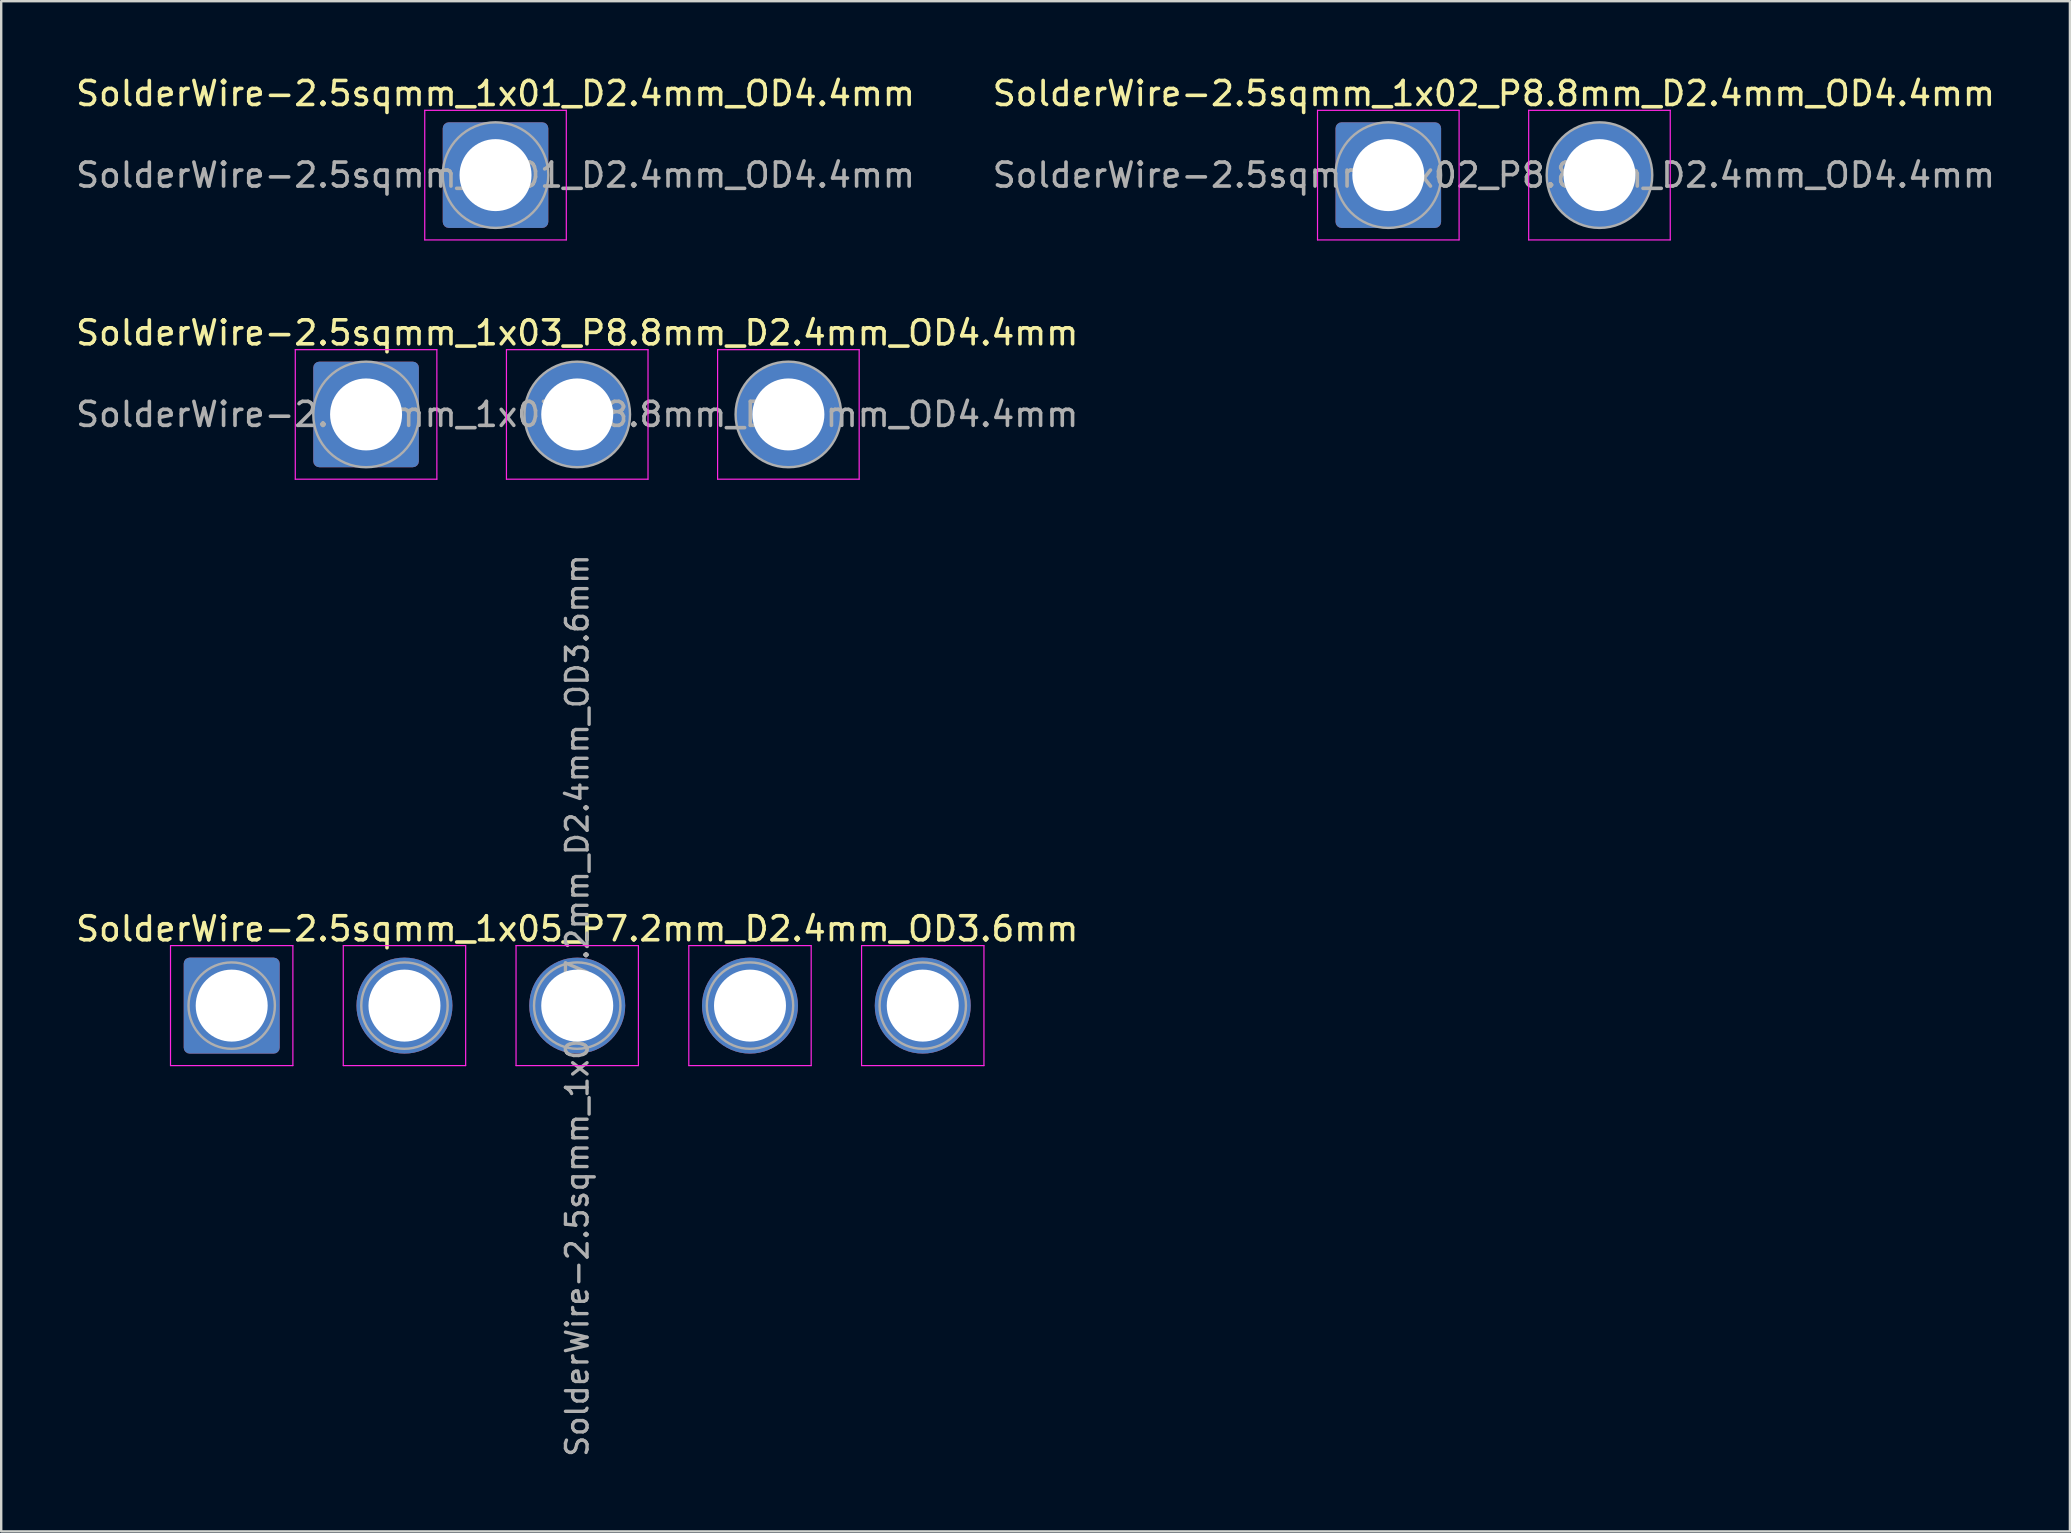
<source format=kicad_pcb>
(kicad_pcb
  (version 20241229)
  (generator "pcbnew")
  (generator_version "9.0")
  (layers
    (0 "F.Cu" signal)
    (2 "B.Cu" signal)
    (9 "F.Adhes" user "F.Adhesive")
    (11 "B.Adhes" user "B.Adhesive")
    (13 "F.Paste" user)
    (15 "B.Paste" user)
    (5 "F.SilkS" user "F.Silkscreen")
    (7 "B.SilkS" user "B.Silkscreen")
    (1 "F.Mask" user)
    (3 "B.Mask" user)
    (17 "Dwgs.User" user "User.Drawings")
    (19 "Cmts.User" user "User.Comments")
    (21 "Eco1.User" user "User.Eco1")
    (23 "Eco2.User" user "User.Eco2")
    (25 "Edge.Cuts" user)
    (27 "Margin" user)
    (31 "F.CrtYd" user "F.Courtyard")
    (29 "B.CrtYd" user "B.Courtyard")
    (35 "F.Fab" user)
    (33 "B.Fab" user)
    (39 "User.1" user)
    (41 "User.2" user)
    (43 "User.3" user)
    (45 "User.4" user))
  (footprint "SolderWire-2.5sqmm_1x05_P7.2mm_D2.4mm_OD3.6mm"
    (layer "F.Cu")
    (at 6.606 38.859)
    (property "Reference" "SolderWire-2.5sqmm_1x05_P7.2mm_D2.4mm_OD3.6mm" (at 14.4 -3.2 0) (layer "F.SilkS") (effects (font (size 1 1) (thickness 0.15))))
    (attr exclude_from_pos_files exclude_from_bom)
    (fp_line (start -2.55 -2.5) (end -2.55 2.5) (stroke (width 0.05) (type solid)) (layer "F.CrtYd"))
    (fp_line (start -2.55 2.5) (end 2.55 2.5) (stroke (width 0.05) (type solid)) (layer "F.CrtYd"))
    (fp_line (start 2.55 -2.5) (end -2.55 -2.5) (stroke (width 0.05) (type solid)) (layer "F.CrtYd"))
    (fp_line (start 2.55 2.5) (end 2.55 -2.5) (stroke (width 0.05) (type solid)) (layer "F.CrtYd"))
    (fp_line (start 4.65 -2.5) (end 4.65 2.5) (stroke (width 0.05) (type solid)) (layer "F.CrtYd"))
    (fp_line (start 4.65 2.5) (end 9.75 2.5) (stroke (width 0.05) (type solid)) (layer "F.CrtYd"))
    (fp_line (start 9.75 -2.5) (end 4.65 -2.5) (stroke (width 0.05) (type solid)) (layer "F.CrtYd"))
    (fp_line (start 9.75 2.5) (end 9.75 -2.5) (stroke (width 0.05) (type solid)) (layer "F.CrtYd"))
    (fp_line (start 11.85 -2.5) (end 11.85 2.5) (stroke (width 0.05) (type solid)) (layer "F.CrtYd"))
    (fp_line (start 11.85 2.5) (end 16.95 2.5) (stroke (width 0.05) (type solid)) (layer "F.CrtYd"))
    (fp_line (start 16.95 -2.5) (end 11.85 -2.5) (stroke (width 0.05) (type solid)) (layer "F.CrtYd"))
    (fp_line (start 16.95 2.5) (end 16.95 -2.5) (stroke (width 0.05) (type solid)) (layer "F.CrtYd"))
    (fp_line (start 19.05 -2.5) (end 19.05 2.5) (stroke (width 0.05) (type solid)) (layer "F.CrtYd"))
    (fp_line (start 19.05 2.5) (end 24.15 2.5) (stroke (width 0.05) (type solid)) (layer "F.CrtYd"))
    (fp_line (start 24.15 -2.5) (end 19.05 -2.5) (stroke (width 0.05) (type solid)) (layer "F.CrtYd"))
    (fp_line (start 24.15 2.5) (end 24.15 -2.5) (stroke (width 0.05) (type solid)) (layer "F.CrtYd"))
    (fp_line (start 26.25 -2.5) (end 26.25 2.5) (stroke (width 0.05) (type solid)) (layer "F.CrtYd"))
    (fp_line (start 26.25 2.5) (end 31.35 2.5) (stroke (width 0.05) (type solid)) (layer "F.CrtYd"))
    (fp_line (start 31.35 -2.5) (end 26.25 -2.5) (stroke (width 0.05) (type solid)) (layer "F.CrtYd"))
    (fp_line (start 31.35 2.5) (end 31.35 -2.5) (stroke (width 0.05) (type solid)) (layer "F.CrtYd"))
    (fp_circle (center 0 0) (end 1.8 0) (stroke (width 0.1) (type solid)) (fill no) (layer "F.Fab"))
    (fp_circle (center 7.2 0) (end 9 0) (stroke (width 0.1) (type solid)) (fill no) (layer "F.Fab"))
    (fp_circle (center 14.4 0) (end 16.2 0) (stroke (width 0.1) (type solid)) (fill no) (layer "F.Fab"))
    (fp_circle (center 21.6 0) (end 23.4 0) (stroke (width 0.1) (type solid)) (fill no) (layer "F.Fab"))
    (fp_circle (center 28.8 0) (end 30.6 0) (stroke (width 0.1) (type solid)) (fill no) (layer "F.Fab"))
    (fp_text user "${REFERENCE}" (at 14.4 0 90) (layer "F.Fab") (effects (font (size 0.9 0.9) (thickness 0.14))))
    (pad "1" thru_hole roundrect (at 0 0) (size 4 4) (drill 3) (layers "*.Cu" "*.Mask") (roundrect_rratio 0.062))
    (pad "2" thru_hole circle (at 7.2 0) (size 4 4) (drill 3) (layers "*.Cu" "*.Mask"))
    (pad "3" thru_hole circle (at 14.4 0) (size 4 4) (drill 3) (layers "*.Cu" "*.Mask"))
    (pad "4" thru_hole circle (at 21.6 0) (size 4 4) (drill 3) (layers "*.Cu" "*.Mask"))
    (pad "5" thru_hole circle (at 28.8 0) (size 4 4) (drill 3) (layers "*.Cu" "*.Mask")))
  (footprint "SolderWire-2.5sqmm_1x03_P8.8mm_D2.4mm_OD4.4mm"
    (layer "F.Cu")
    (at 12.206 14.222)
    (property "Reference" "SolderWire-2.5sqmm_1x03_P8.8mm_D2.4mm_OD4.4mm" (at 8.8 -3.4 0) (layer "F.SilkS") (effects (font (size 1 1) (thickness 0.15))))
    (attr exclude_from_pos_files exclude_from_bom)
    (fp_line (start -2.95 -2.7) (end -2.95 2.7) (stroke (width 0.05) (type solid)) (layer "F.CrtYd"))
    (fp_line (start -2.95 2.7) (end 2.95 2.7) (stroke (width 0.05) (type solid)) (layer "F.CrtYd"))
    (fp_line (start 2.95 -2.7) (end -2.95 -2.7) (stroke (width 0.05) (type solid)) (layer "F.CrtYd"))
    (fp_line (start 2.95 2.7) (end 2.95 -2.7) (stroke (width 0.05) (type solid)) (layer "F.CrtYd"))
    (fp_line (start 5.85 -2.7) (end 5.85 2.7) (stroke (width 0.05) (type solid)) (layer "F.CrtYd"))
    (fp_line (start 5.85 2.7) (end 11.75 2.7) (stroke (width 0.05) (type solid)) (layer "F.CrtYd"))
    (fp_line (start 11.75 -2.7) (end 5.85 -2.7) (stroke (width 0.05) (type solid)) (layer "F.CrtYd"))
    (fp_line (start 11.75 2.7) (end 11.75 -2.7) (stroke (width 0.05) (type solid)) (layer "F.CrtYd"))
    (fp_line (start 14.65 -2.7) (end 14.65 2.7) (stroke (width 0.05) (type solid)) (layer "F.CrtYd"))
    (fp_line (start 14.65 2.7) (end 20.55 2.7) (stroke (width 0.05) (type solid)) (layer "F.CrtYd"))
    (fp_line (start 20.55 -2.7) (end 14.65 -2.7) (stroke (width 0.05) (type solid)) (layer "F.CrtYd"))
    (fp_line (start 20.55 2.7) (end 20.55 -2.7) (stroke (width 0.05) (type solid)) (layer "F.CrtYd"))
    (fp_circle (center 0 0) (end 2.2 0) (stroke (width 0.1) (type solid)) (fill no) (layer "F.Fab"))
    (fp_circle (center 8.8 0) (end 11 0) (stroke (width 0.1) (type solid)) (fill no) (layer "F.Fab"))
    (fp_circle (center 17.6 0) (end 19.8 0) (stroke (width 0.1) (type solid)) (fill no) (layer "F.Fab"))
    (fp_text user "${REFERENCE}" (at 8.8 0 0) (layer "F.Fab") (effects (font (size 1 1) (thickness 0.15))))
    (pad "1" thru_hole roundrect (at 0 0) (size 4.4 4.4) (drill 3) (layers "*.Cu" "*.Mask") (roundrect_rratio 0.057))
    (pad "2" thru_hole circle (at 8.8 0) (size 4.4 4.4) (drill 3) (layers "*.Cu" "*.Mask"))
    (pad "3" thru_hole circle (at 17.6 0) (size 4.4 4.4) (drill 3) (layers "*.Cu" "*.Mask")))
  (footprint "SolderWire-2.5sqmm_1x01_D2.4mm_OD4.4mm"
    (layer "F.Cu")
    (at 17.601 4.248)
    (property "Reference" "SolderWire-2.5sqmm_1x01_D2.4mm_OD4.4mm" (at 0 -3.4 0) (layer "F.SilkS") (effects (font (size 1 1) (thickness 0.15))))
    (attr exclude_from_pos_files exclude_from_bom)
    (fp_line (start -2.95 -2.7) (end -2.95 2.7) (stroke (width 0.05) (type solid)) (layer "F.CrtYd"))
    (fp_line (start -2.95 2.7) (end 2.95 2.7) (stroke (width 0.05) (type solid)) (layer "F.CrtYd"))
    (fp_line (start 2.95 -2.7) (end -2.95 -2.7) (stroke (width 0.05) (type solid)) (layer "F.CrtYd"))
    (fp_line (start 2.95 2.7) (end 2.95 -2.7) (stroke (width 0.05) (type solid)) (layer "F.CrtYd"))
    (fp_circle (center 0 0) (end 2.2 0) (stroke (width 0.1) (type solid)) (fill no) (layer "F.Fab"))
    (fp_text user "${REFERENCE}" (at 0 0 0) (layer "F.Fab") (effects (font (size 1 1) (thickness 0.15))))
    (pad "1" thru_hole roundrect (at 0 0) (size 4.4 4.4) (drill 3) (layers "*.Cu" "*.Mask") (roundrect_rratio 0.057)))
  (footprint "SolderWire-2.5sqmm_1x02_P8.8mm_D2.4mm_OD4.4mm"
    (layer "F.Cu")
    (at 54.808 4.248)
    (property "Reference" "SolderWire-2.5sqmm_1x02_P8.8mm_D2.4mm_OD4.4mm" (at 4.4 -3.4 0) (layer "F.SilkS") (effects (font (size 1 1) (thickness 0.15))))
    (attr exclude_from_pos_files exclude_from_bom)
    (fp_line (start -2.95 -2.7) (end -2.95 2.7) (stroke (width 0.05) (type solid)) (layer "F.CrtYd"))
    (fp_line (start -2.95 2.7) (end 2.95 2.7) (stroke (width 0.05) (type solid)) (layer "F.CrtYd"))
    (fp_line (start 2.95 -2.7) (end -2.95 -2.7) (stroke (width 0.05) (type solid)) (layer "F.CrtYd"))
    (fp_line (start 2.95 2.7) (end 2.95 -2.7) (stroke (width 0.05) (type solid)) (layer "F.CrtYd"))
    (fp_line (start 5.85 -2.7) (end 5.85 2.7) (stroke (width 0.05) (type solid)) (layer "F.CrtYd"))
    (fp_line (start 5.85 2.7) (end 11.75 2.7) (stroke (width 0.05) (type solid)) (layer "F.CrtYd"))
    (fp_line (start 11.75 -2.7) (end 5.85 -2.7) (stroke (width 0.05) (type solid)) (layer "F.CrtYd"))
    (fp_line (start 11.75 2.7) (end 11.75 -2.7) (stroke (width 0.05) (type solid)) (layer "F.CrtYd"))
    (fp_circle (center 0 0) (end 2.2 0) (stroke (width 0.1) (type solid)) (fill no) (layer "F.Fab"))
    (fp_circle (center 8.8 0) (end 11 0) (stroke (width 0.1) (type solid)) (fill no) (layer "F.Fab"))
    (fp_text user "${REFERENCE}" (at 4.4 0 0) (layer "F.Fab") (effects (font (size 1 1) (thickness 0.15))))
    (pad "1" thru_hole roundrect (at 0 0) (size 4.4 4.4) (drill 3) (layers "*.Cu" "*.Mask") (roundrect_rratio 0.057))
    (pad "2" thru_hole circle (at 8.8 0) (size 4.4 4.4) (drill 3) (layers "*.Cu" "*.Mask")))
  (gr_rect
    (start -3 -3)
    (end 83.214 60.772)
    (stroke (width 0.1) (type default))
    (fill no)
    (layer "Edge.Cuts")))
</source>
